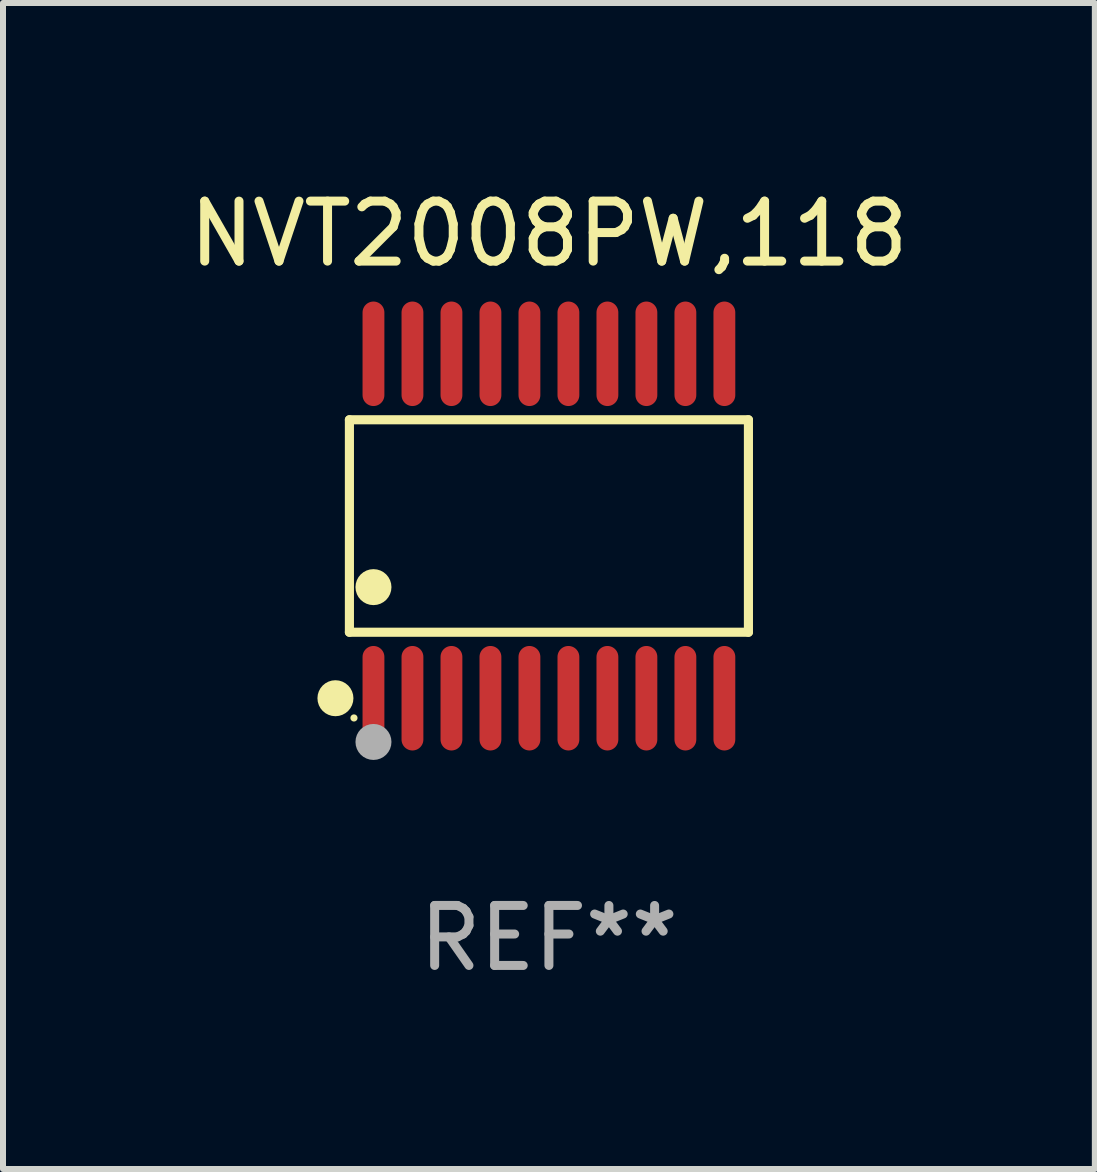
<source format=kicad_pcb>
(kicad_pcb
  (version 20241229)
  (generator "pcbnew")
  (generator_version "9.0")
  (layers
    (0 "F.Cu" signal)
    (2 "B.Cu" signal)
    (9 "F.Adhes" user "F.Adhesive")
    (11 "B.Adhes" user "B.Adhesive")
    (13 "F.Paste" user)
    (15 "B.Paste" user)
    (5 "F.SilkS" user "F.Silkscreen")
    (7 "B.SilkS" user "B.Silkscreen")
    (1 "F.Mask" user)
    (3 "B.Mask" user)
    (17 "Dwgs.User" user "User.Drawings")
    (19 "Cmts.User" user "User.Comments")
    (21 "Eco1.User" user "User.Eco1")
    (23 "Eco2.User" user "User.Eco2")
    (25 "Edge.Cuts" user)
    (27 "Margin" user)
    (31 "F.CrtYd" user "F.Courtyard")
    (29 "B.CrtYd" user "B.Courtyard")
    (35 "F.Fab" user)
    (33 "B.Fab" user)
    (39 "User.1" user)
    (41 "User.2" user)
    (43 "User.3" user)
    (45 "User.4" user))
  (footprint "NVT2008PW,118"
    (layer "F.Cu")
    (at 6.101 5.719)
    (property "Reference" "NVT2008PW,118" (at 0 -4.871 0) (layer "F.SilkS") (effects (font (size 1 1) (thickness 0.15))))
    (attr through_hole)
    (fp_line (start -3.326 -1.771) (end 3.326 -1.771) (stroke (width 0.152) (type solid)) (layer "F.SilkS"))
    (fp_line (start -3.326 1.771) (end -3.326 -1.771) (stroke (width 0.152) (type solid)) (layer "F.SilkS"))
    (fp_line (start 3.326 -1.771) (end 3.326 1.771) (stroke (width 0.152) (type solid)) (layer "F.SilkS"))
    (fp_line (start 3.326 1.771) (end -3.326 1.771) (stroke (width 0.152) (type solid)) (layer "F.SilkS"))
    (fp_circle (center -3.559 2.871) (end -3.409 2.871) (stroke (width 0.3) (type solid)) (fill no) (layer "F.SilkS"))
    (fp_circle (center -3.25 3.2) (end -3.22 3.2) (stroke (width 0.06) (type solid)) (fill no) (layer "F.SilkS"))
    (fp_circle (center -2.925 1.019) (end -2.775 1.019) (stroke (width 0.3) (type solid)) (fill no) (layer "F.SilkS"))
    (fp_circle (center -2.925 3.6) (end -2.775 3.6) (stroke (width 0.3) (type solid)) (fill no) (layer "F.Fab"))
    (fp_text user "REF**" (at 0 6.871 0) (layer "F.Fab") (effects (font (size 1 1) (thickness 0.15))))
    (pad "1" smd oval (at -2.925 2.871) (size 0.364 1.742) (layers "F.Cu" "F.Mask" "F.Paste"))
    (pad "2" smd oval (at -2.275 2.871) (size 0.364 1.742) (layers "F.Cu" "F.Mask" "F.Paste"))
    (pad "3" smd oval (at -1.625 2.871) (size 0.364 1.742) (layers "F.Cu" "F.Mask" "F.Paste"))
    (pad "4" smd oval (at -0.975 2.871) (size 0.364 1.742) (layers "F.Cu" "F.Mask" "F.Paste"))
    (pad "5" smd oval (at -0.325 2.871) (size 0.364 1.742) (layers "F.Cu" "F.Mask" "F.Paste"))
    (pad "6" smd oval (at 0.325 2.871) (size 0.364 1.742) (layers "F.Cu" "F.Mask" "F.Paste"))
    (pad "7" smd oval (at 0.975 2.871) (size 0.364 1.742) (layers "F.Cu" "F.Mask" "F.Paste"))
    (pad "8" smd oval (at 1.625 2.871) (size 0.364 1.742) (layers "F.Cu" "F.Mask" "F.Paste"))
    (pad "9" smd oval (at 2.275 2.871) (size 0.364 1.742) (layers "F.Cu" "F.Mask" "F.Paste"))
    (pad "10" smd oval (at 2.925 2.871) (size 0.364 1.742) (layers "F.Cu" "F.Mask" "F.Paste"))
    (pad "11" smd oval (at 2.925 -2.871) (size 0.364 1.742) (layers "F.Cu" "F.Mask" "F.Paste"))
    (pad "12" smd oval (at 2.275 -2.871) (size 0.364 1.742) (layers "F.Cu" "F.Mask" "F.Paste"))
    (pad "13" smd oval (at 1.625 -2.871) (size 0.364 1.742) (layers "F.Cu" "F.Mask" "F.Paste"))
    (pad "14" smd oval (at 0.975 -2.871) (size 0.364 1.742) (layers "F.Cu" "F.Mask" "F.Paste"))
    (pad "15" smd oval (at 0.325 -2.871) (size 0.364 1.742) (layers "F.Cu" "F.Mask" "F.Paste"))
    (pad "16" smd oval (at -0.325 -2.871) (size 0.364 1.742) (layers "F.Cu" "F.Mask" "F.Paste"))
    (pad "17" smd oval (at -0.975 -2.871) (size 0.364 1.742) (layers "F.Cu" "F.Mask" "F.Paste"))
    (pad "18" smd oval (at -1.625 -2.871) (size 0.364 1.742) (layers "F.Cu" "F.Mask" "F.Paste"))
    (pad "19" smd oval (at -2.275 -2.871) (size 0.364 1.742) (layers "F.Cu" "F.Mask" "F.Paste"))
    (pad "20" smd oval (at -2.925 -2.871) (size 0.364 1.742) (layers "F.Cu" "F.Mask" "F.Paste")))
  (gr_rect
    (start -3 -3)
    (end 15.202 16.438)
    (stroke (width 0.1) (type default))
    (fill no)
    (layer "Edge.Cuts")))
</source>
